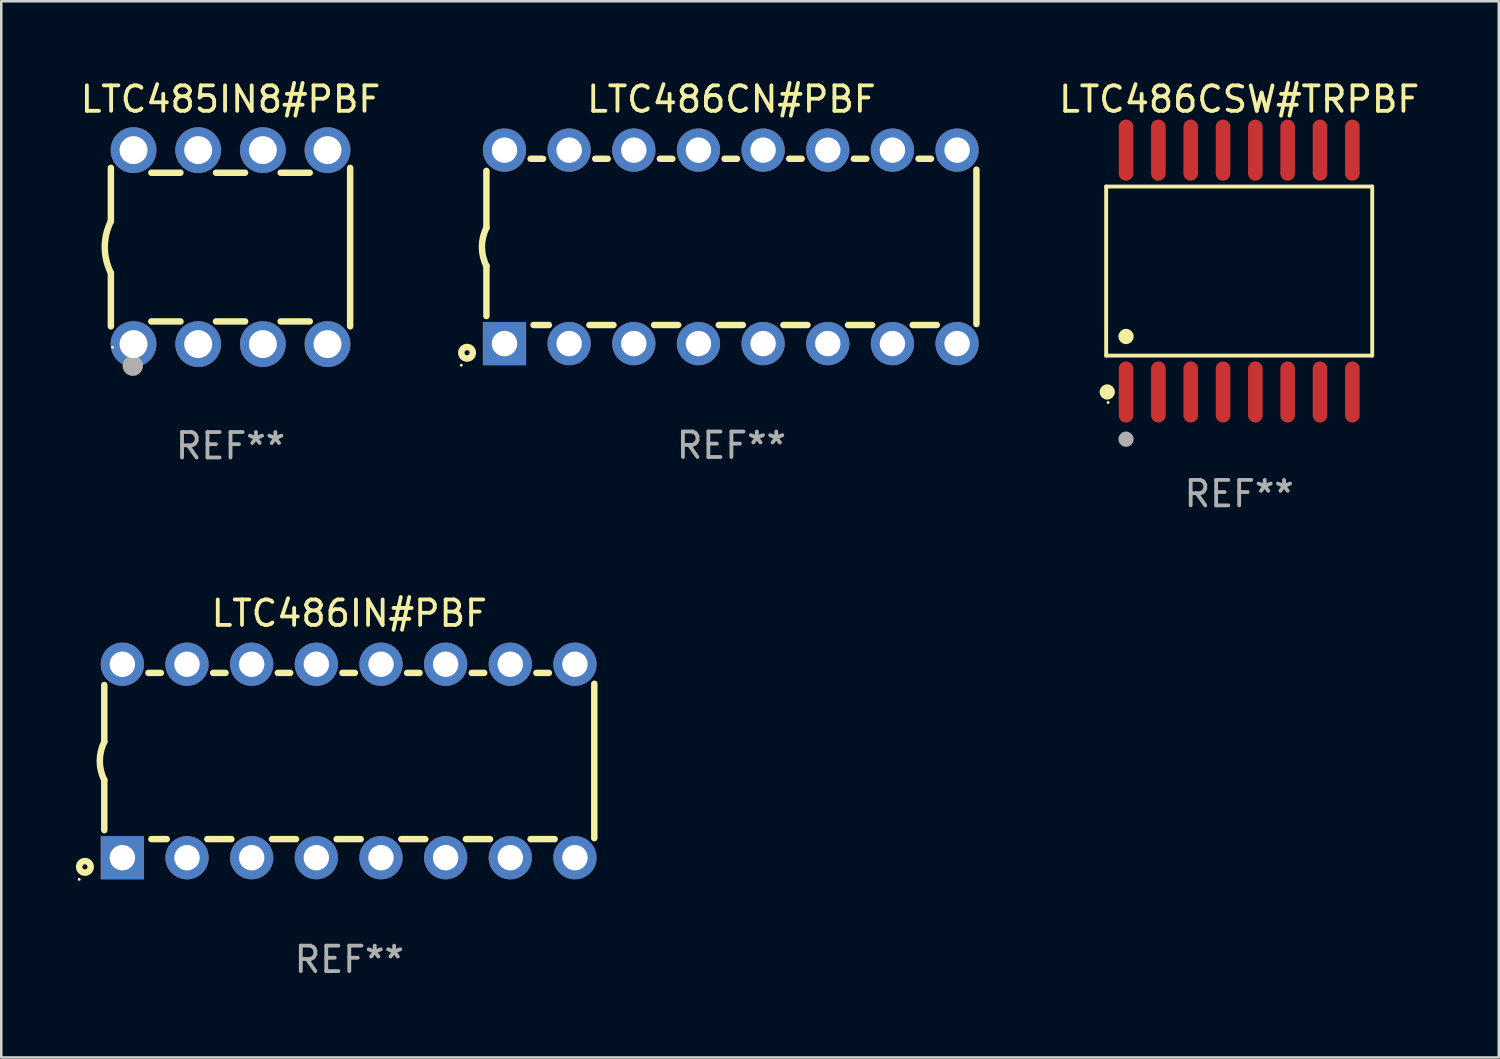
<source format=kicad_pcb>
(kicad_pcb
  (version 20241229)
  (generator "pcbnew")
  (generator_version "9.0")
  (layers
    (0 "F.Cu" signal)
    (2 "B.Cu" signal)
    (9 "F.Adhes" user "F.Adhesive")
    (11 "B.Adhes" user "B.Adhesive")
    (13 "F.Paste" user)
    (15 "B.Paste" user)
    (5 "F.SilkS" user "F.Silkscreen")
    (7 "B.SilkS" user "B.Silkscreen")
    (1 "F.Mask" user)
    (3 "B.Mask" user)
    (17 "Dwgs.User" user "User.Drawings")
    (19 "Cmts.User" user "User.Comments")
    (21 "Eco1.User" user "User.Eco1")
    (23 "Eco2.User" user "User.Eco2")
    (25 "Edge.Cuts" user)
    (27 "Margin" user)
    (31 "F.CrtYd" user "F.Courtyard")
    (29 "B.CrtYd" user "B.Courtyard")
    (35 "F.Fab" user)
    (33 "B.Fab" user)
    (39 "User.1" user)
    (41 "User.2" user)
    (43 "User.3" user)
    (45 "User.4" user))
  (footprint "LTC486CN#PBF"
    (layer "F.Cu")
    (at 25.684 6.648)
    (property "Reference" "LTC486CN#PBF" (at 0 -5.8 0) (layer "F.SilkS") (effects (font (size 1 1) (thickness 0.15))))
    (attr through_hole)
    (fp_line (start -9.625 -0.75) (end -9.625 -2.985) (stroke (width 0.254) (type solid)) (layer "F.SilkS"))
    (fp_line (start -9.625 0.749) (end -9.625 2.719) (stroke (width 0.254) (type solid)) (layer "F.SilkS"))
    (fp_line (start -7.889 -3.46) (end -7.401 -3.46) (stroke (width 0.254) (type solid)) (layer "F.SilkS"))
    (fp_line (start -7.775 3.07) (end -7.172 3.07) (stroke (width 0.254) (type solid)) (layer "F.SilkS"))
    (fp_line (start -5.578 3.07) (end -4.632 3.07) (stroke (width 0.254) (type solid)) (layer "F.SilkS"))
    (fp_line (start -5.349 -3.46) (end -4.861 -3.46) (stroke (width 0.254) (type solid)) (layer "F.SilkS"))
    (fp_line (start -3.038 3.07) (end -2.092 3.07) (stroke (width 0.254) (type solid)) (layer "F.SilkS"))
    (fp_line (start -2.809 -3.46) (end -2.321 -3.46) (stroke (width 0.254) (type solid)) (layer "F.SilkS"))
    (fp_line (start -0.498 3.07) (end 0.448 3.07) (stroke (width 0.254) (type solid)) (layer "F.SilkS"))
    (fp_line (start -0.269 -3.46) (end 0.219 -3.46) (stroke (width 0.254) (type solid)) (layer "F.SilkS"))
    (fp_line (start 2.042 3.07) (end 2.988 3.07) (stroke (width 0.254) (type solid)) (layer "F.SilkS"))
    (fp_line (start 2.271 -3.46) (end 2.759 -3.46) (stroke (width 0.254) (type solid)) (layer "F.SilkS"))
    (fp_line (start 4.582 3.07) (end 5.528 3.07) (stroke (width 0.254) (type solid)) (layer "F.SilkS"))
    (fp_line (start 4.811 -3.46) (end 5.299 -3.46) (stroke (width 0.254) (type solid)) (layer "F.SilkS"))
    (fp_line (start 7.122 3.07) (end 8.068 3.07) (stroke (width 0.254) (type solid)) (layer "F.SilkS"))
    (fp_line (start 7.351 -3.46) (end 7.839 -3.46) (stroke (width 0.254) (type solid)) (layer "F.SilkS"))
    (fp_line (start 9.625 3.032) (end 9.625 -3.032) (stroke (width 0.254) (type solid)) (layer "F.SilkS"))
    (fp_arc (start -9.62498 0.748819) (mid -9.801899 -0.000581) (end -9.625006 -0.749987) (stroke (width 0.254001) (type solid)) (layer "F.SilkS"))
    (fp_circle (center -10.612 4.65) (end -10.582 4.65) (stroke (width 0.06) (type solid)) (fill no) (layer "F.SilkS"))
    (fp_circle (center -10.385 4.16) (end -10.285 4.16) (stroke (width 0.254) (type solid)) (fill no) (layer "F.SilkS"))
    (fp_text user "REF**" (at 0 7.8 0) (layer "F.Fab") (effects (font (size 1 1) (thickness 0.15))))
    (pad "1" thru_hole rect (at -8.915 3.8 90) (size 1.7 1.7) (drill 1) (layers "*.Cu" "*.Mask"))
    (pad "2" thru_hole circle (at -6.375 3.8) (size 1.7 1.7) (drill 1) (layers "*.Cu" "*.Mask"))
    (pad "3" thru_hole circle (at -3.835 3.8) (size 1.7 1.7) (drill 1) (layers "*.Cu" "*.Mask"))
    (pad "4" thru_hole circle (at -1.295 3.8) (size 1.7 1.7) (drill 1) (layers "*.Cu" "*.Mask"))
    (pad "5" thru_hole circle (at 1.245 3.8) (size 1.7 1.7) (drill 1) (layers "*.Cu" "*.Mask"))
    (pad "6" thru_hole circle (at 3.785 3.8) (size 1.7 1.7) (drill 1) (layers "*.Cu" "*.Mask"))
    (pad "7" thru_hole circle (at 6.325 3.8) (size 1.7 1.7) (drill 1) (layers "*.Cu" "*.Mask"))
    (pad "8" thru_hole circle (at 8.865 3.8) (size 1.7 1.7) (drill 1) (layers "*.Cu" "*.Mask"))
    (pad "9" thru_hole circle (at 8.865 -3.8) (size 1.7 1.7) (drill 1) (layers "*.Cu" "*.Mask"))
    (pad "10" thru_hole circle (at 6.325 -3.8) (size 1.7 1.7) (drill 1) (layers "*.Cu" "*.Mask"))
    (pad "11" thru_hole circle (at 3.785 -3.8) (size 1.7 1.7) (drill 1) (layers "*.Cu" "*.Mask"))
    (pad "12" thru_hole circle (at 1.245 -3.8) (size 1.7 1.7) (drill 1) (layers "*.Cu" "*.Mask"))
    (pad "13" thru_hole circle (at -1.295 -3.8) (size 1.7 1.7) (drill 1) (layers "*.Cu" "*.Mask"))
    (pad "14" thru_hole circle (at -3.835 -3.8) (size 1.7 1.7) (drill 1) (layers "*.Cu" "*.Mask"))
    (pad "15" thru_hole circle (at -6.375 -3.8) (size 1.7 1.7) (drill 1) (layers "*.Cu" "*.Mask"))
    (pad "16" thru_hole circle (at -8.915 -3.8) (size 1.7 1.7) (drill 1) (layers "*.Cu" "*.Mask")))
  (footprint "LTC485IN8#PBF"
    (layer "F.Cu")
    (at 6.006 6.658)
    (property "Reference" "LTC485IN8#PBF" (at 0 -5.81 0) (layer "F.SilkS") (effects (font (size 1 1) (thickness 0.15))))
    (attr through_hole)
    (fp_line (start -4.7 -1.017) (end -4.7 -3.113) (stroke (width 0.254) (type solid)) (layer "F.SilkS"))
    (fp_line (start -4.7 1.015) (end -4.7 3.113) (stroke (width 0.254) (type solid)) (layer "F.SilkS"))
    (fp_line (start -3.113 2.92) (end -1.967 2.92) (stroke (width 0.254) (type solid)) (layer "F.SilkS"))
    (fp_line (start -3.111 -2.922) (end -1.969 -2.922) (stroke (width 0.254) (type solid)) (layer "F.SilkS"))
    (fp_line (start -0.573 2.92) (end 0.573 2.92) (stroke (width 0.254) (type solid)) (layer "F.SilkS"))
    (fp_line (start -0.571 -2.922) (end 0.571 -2.922) (stroke (width 0.254) (type solid)) (layer "F.SilkS"))
    (fp_line (start 1.967 2.92) (end 3.113 2.92) (stroke (width 0.254) (type solid)) (layer "F.SilkS"))
    (fp_line (start 1.969 -2.922) (end 3.111 -2.922) (stroke (width 0.254) (type solid)) (layer "F.SilkS"))
    (fp_line (start 4.7 -3.113) (end 4.7 3.113) (stroke (width 0.254) (type solid)) (layer "F.SilkS"))
    (fp_arc (start -4.7 1.01524) (mid -4.939846 -0.000762) (end -4.7 -1.016764) (stroke (width 0.254001) (type solid)) (layer "F.SilkS"))
    (fp_circle (center -4.636 3.935) (end -4.606 3.935) (stroke (width 0.06) (type solid)) (fill no) (layer "F.SilkS"))
    (fp_circle (center -3.84 4.66) (end -3.64 4.66) (stroke (width 0.4) (type solid)) (fill no) (layer "F.Fab"))
    (fp_text user "REF**" (at 0 7.81 0) (layer "F.Fab") (effects (font (size 1 1) (thickness 0.15))))
    (pad "1" thru_hole circle (at -3.81 3.81) (size 1.8 1.8) (drill 1.1) (layers "*.Cu" "*.Mask"))
    (pad "2" thru_hole circle (at -1.27 3.81) (size 1.8 1.8) (drill 1.1) (layers "*.Cu" "*.Mask"))
    (pad "3" thru_hole circle (at 1.27 3.81) (size 1.8 1.8) (drill 1.1) (layers "*.Cu" "*.Mask"))
    (pad "4" thru_hole circle (at 3.81 3.81) (size 1.8 1.8) (drill 1.1) (layers "*.Cu" "*.Mask"))
    (pad "5" thru_hole circle (at 3.81 -3.81) (size 1.8 1.8) (drill 1.1) (layers "*.Cu" "*.Mask"))
    (pad "6" thru_hole circle (at 1.27 -3.81) (size 1.8 1.8) (drill 1.1) (layers "*.Cu" "*.Mask"))
    (pad "7" thru_hole circle (at -1.27 -3.81) (size 1.8 1.8) (drill 1.1) (layers "*.Cu" "*.Mask"))
    (pad "8" thru_hole circle (at -3.81 -3.81) (size 1.8 1.8) (drill 1.1) (layers "*.Cu" "*.Mask")))
  (footprint "LTC486CSW#TRPBF"
    (layer "F.Cu")
    (at 45.632 7.599)
    (property "Reference" "LTC486CSW#TRPBF" (at 0 -6.75 0) (layer "F.SilkS") (effects (font (size 1 1) (thickness 0.15))))
    (attr through_hole)
    (fp_line (start -5.226 -3.321) (end 5.226 -3.321) (stroke (width 0.152) (type solid)) (layer "F.SilkS"))
    (fp_line (start -5.226 3.321) (end -5.226 -3.321) (stroke (width 0.152) (type solid)) (layer "F.SilkS"))
    (fp_line (start 5.226 -3.321) (end 5.226 3.321) (stroke (width 0.152) (type solid)) (layer "F.SilkS"))
    (fp_line (start 5.226 3.321) (end -5.226 3.321) (stroke (width 0.152) (type solid)) (layer "F.SilkS"))
    (fp_circle (center -5.184 4.75) (end -5.034 4.75) (stroke (width 0.3) (type solid)) (fill no) (layer "F.SilkS"))
    (fp_circle (center -5.15 5.162) (end -5.12 5.162) (stroke (width 0.06) (type solid)) (fill no) (layer "F.SilkS"))
    (fp_circle (center -4.445 2.569) (end -4.295 2.569) (stroke (width 0.3) (type solid)) (fill no) (layer "F.SilkS"))
    (fp_circle (center -4.445 6.604) (end -4.295 6.604) (stroke (width 0.3) (type solid)) (fill no) (layer "F.Fab"))
    (fp_text user "REF**" (at 0 8.75 0) (layer "F.Fab") (effects (font (size 1 1) (thickness 0.15))))
    (pad "1" smd oval (at -4.445 4.75) (size 0.574 2.401) (layers "F.Cu" "F.Mask" "F.Paste"))
    (pad "2" smd oval (at -3.175 4.75) (size 0.574 2.401) (layers "F.Cu" "F.Mask" "F.Paste"))
    (pad "3" smd oval (at -1.905 4.75) (size 0.574 2.401) (layers "F.Cu" "F.Mask" "F.Paste"))
    (pad "4" smd oval (at -0.635 4.75) (size 0.574 2.401) (layers "F.Cu" "F.Mask" "F.Paste"))
    (pad "5" smd oval (at 0.635 4.75) (size 0.574 2.401) (layers "F.Cu" "F.Mask" "F.Paste"))
    (pad "6" smd oval (at 1.905 4.75) (size 0.574 2.401) (layers "F.Cu" "F.Mask" "F.Paste"))
    (pad "7" smd oval (at 3.175 4.75) (size 0.574 2.401) (layers "F.Cu" "F.Mask" "F.Paste"))
    (pad "8" smd oval (at 4.445 4.75) (size 0.574 2.401) (layers "F.Cu" "F.Mask" "F.Paste"))
    (pad "9" smd oval (at 4.445 -4.75) (size 0.574 2.401) (layers "F.Cu" "F.Mask" "F.Paste"))
    (pad "10" smd oval (at 3.175 -4.75) (size 0.574 2.401) (layers "F.Cu" "F.Mask" "F.Paste"))
    (pad "11" smd oval (at 1.905 -4.75) (size 0.574 2.401) (layers "F.Cu" "F.Mask" "F.Paste"))
    (pad "12" smd oval (at 0.635 -4.75) (size 0.574 2.401) (layers "F.Cu" "F.Mask" "F.Paste"))
    (pad "13" smd oval (at -0.635 -4.75) (size 0.574 2.401) (layers "F.Cu" "F.Mask" "F.Paste"))
    (pad "14" smd oval (at -1.905 -4.75) (size 0.574 2.401) (layers "F.Cu" "F.Mask" "F.Paste"))
    (pad "15" smd oval (at -3.175 -4.75) (size 0.574 2.401) (layers "F.Cu" "F.Mask" "F.Paste"))
    (pad "16" smd oval (at -4.445 -4.75) (size 0.574 2.401) (layers "F.Cu" "F.Mask" "F.Paste")))
  (footprint "LTC486IN#PBF"
    (layer "F.Cu")
    (at 10.672 26.845)
    (property "Reference" "LTC486IN#PBF" (at 0 -5.8 0) (layer "F.SilkS") (effects (font (size 1 1) (thickness 0.15))))
    (attr through_hole)
    (fp_line (start -9.625 -0.75) (end -9.625 -2.985) (stroke (width 0.254) (type solid)) (layer "F.SilkS"))
    (fp_line (start -9.625 0.749) (end -9.625 2.719) (stroke (width 0.254) (type solid)) (layer "F.SilkS"))
    (fp_line (start -7.889 -3.46) (end -7.401 -3.46) (stroke (width 0.254) (type solid)) (layer "F.SilkS"))
    (fp_line (start -7.775 3.07) (end -7.172 3.07) (stroke (width 0.254) (type solid)) (layer "F.SilkS"))
    (fp_line (start -5.578 3.07) (end -4.632 3.07) (stroke (width 0.254) (type solid)) (layer "F.SilkS"))
    (fp_line (start -5.349 -3.46) (end -4.861 -3.46) (stroke (width 0.254) (type solid)) (layer "F.SilkS"))
    (fp_line (start -3.038 3.07) (end -2.092 3.07) (stroke (width 0.254) (type solid)) (layer "F.SilkS"))
    (fp_line (start -2.809 -3.46) (end -2.321 -3.46) (stroke (width 0.254) (type solid)) (layer "F.SilkS"))
    (fp_line (start -0.498 3.07) (end 0.448 3.07) (stroke (width 0.254) (type solid)) (layer "F.SilkS"))
    (fp_line (start -0.269 -3.46) (end 0.219 -3.46) (stroke (width 0.254) (type solid)) (layer "F.SilkS"))
    (fp_line (start 2.042 3.07) (end 2.988 3.07) (stroke (width 0.254) (type solid)) (layer "F.SilkS"))
    (fp_line (start 2.271 -3.46) (end 2.759 -3.46) (stroke (width 0.254) (type solid)) (layer "F.SilkS"))
    (fp_line (start 4.582 3.07) (end 5.528 3.07) (stroke (width 0.254) (type solid)) (layer "F.SilkS"))
    (fp_line (start 4.811 -3.46) (end 5.299 -3.46) (stroke (width 0.254) (type solid)) (layer "F.SilkS"))
    (fp_line (start 7.122 3.07) (end 8.068 3.07) (stroke (width 0.254) (type solid)) (layer "F.SilkS"))
    (fp_line (start 7.351 -3.46) (end 7.839 -3.46) (stroke (width 0.254) (type solid)) (layer "F.SilkS"))
    (fp_line (start 9.625 3.032) (end 9.625 -3.032) (stroke (width 0.254) (type solid)) (layer "F.SilkS"))
    (fp_arc (start -9.62498 0.748819) (mid -9.801899 -0.000581) (end -9.625006 -0.749987) (stroke (width 0.254001) (type solid)) (layer "F.SilkS"))
    (fp_circle (center -10.612 4.65) (end -10.582 4.65) (stroke (width 0.06) (type solid)) (fill no) (layer "F.SilkS"))
    (fp_circle (center -10.385 4.16) (end -10.285 4.16) (stroke (width 0.254) (type solid)) (fill no) (layer "F.SilkS"))
    (fp_text user "REF**" (at 0 7.8 0) (layer "F.Fab") (effects (font (size 1 1) (thickness 0.15))))
    (pad "1" thru_hole rect (at -8.915 3.8 90) (size 1.7 1.7) (drill 1) (layers "*.Cu" "*.Mask"))
    (pad "2" thru_hole circle (at -6.375 3.8) (size 1.7 1.7) (drill 1) (layers "*.Cu" "*.Mask"))
    (pad "3" thru_hole circle (at -3.835 3.8) (size 1.7 1.7) (drill 1) (layers "*.Cu" "*.Mask"))
    (pad "4" thru_hole circle (at -1.295 3.8) (size 1.7 1.7) (drill 1) (layers "*.Cu" "*.Mask"))
    (pad "5" thru_hole circle (at 1.245 3.8) (size 1.7 1.7) (drill 1) (layers "*.Cu" "*.Mask"))
    (pad "6" thru_hole circle (at 3.785 3.8) (size 1.7 1.7) (drill 1) (layers "*.Cu" "*.Mask"))
    (pad "7" thru_hole circle (at 6.325 3.8) (size 1.7 1.7) (drill 1) (layers "*.Cu" "*.Mask"))
    (pad "8" thru_hole circle (at 8.865 3.8) (size 1.7 1.7) (drill 1) (layers "*.Cu" "*.Mask"))
    (pad "9" thru_hole circle (at 8.865 -3.8) (size 1.7 1.7) (drill 1) (layers "*.Cu" "*.Mask"))
    (pad "10" thru_hole circle (at 6.325 -3.8) (size 1.7 1.7) (drill 1) (layers "*.Cu" "*.Mask"))
    (pad "11" thru_hole circle (at 3.785 -3.8) (size 1.7 1.7) (drill 1) (layers "*.Cu" "*.Mask"))
    (pad "12" thru_hole circle (at 1.245 -3.8) (size 1.7 1.7) (drill 1) (layers "*.Cu" "*.Mask"))
    (pad "13" thru_hole circle (at -1.295 -3.8) (size 1.7 1.7) (drill 1) (layers "*.Cu" "*.Mask"))
    (pad "14" thru_hole circle (at -3.835 -3.8) (size 1.7 1.7) (drill 1) (layers "*.Cu" "*.Mask"))
    (pad "15" thru_hole circle (at -6.375 -3.8) (size 1.7 1.7) (drill 1) (layers "*.Cu" "*.Mask"))
    (pad "16" thru_hole circle (at -8.915 -3.8) (size 1.7 1.7) (drill 1) (layers "*.Cu" "*.Mask")))
  (gr_rect
    (start -3 -3)
    (end 55.829 38.494)
    (stroke (width 0.1) (type default))
    (fill no)
    (layer "Edge.Cuts")))
</source>
